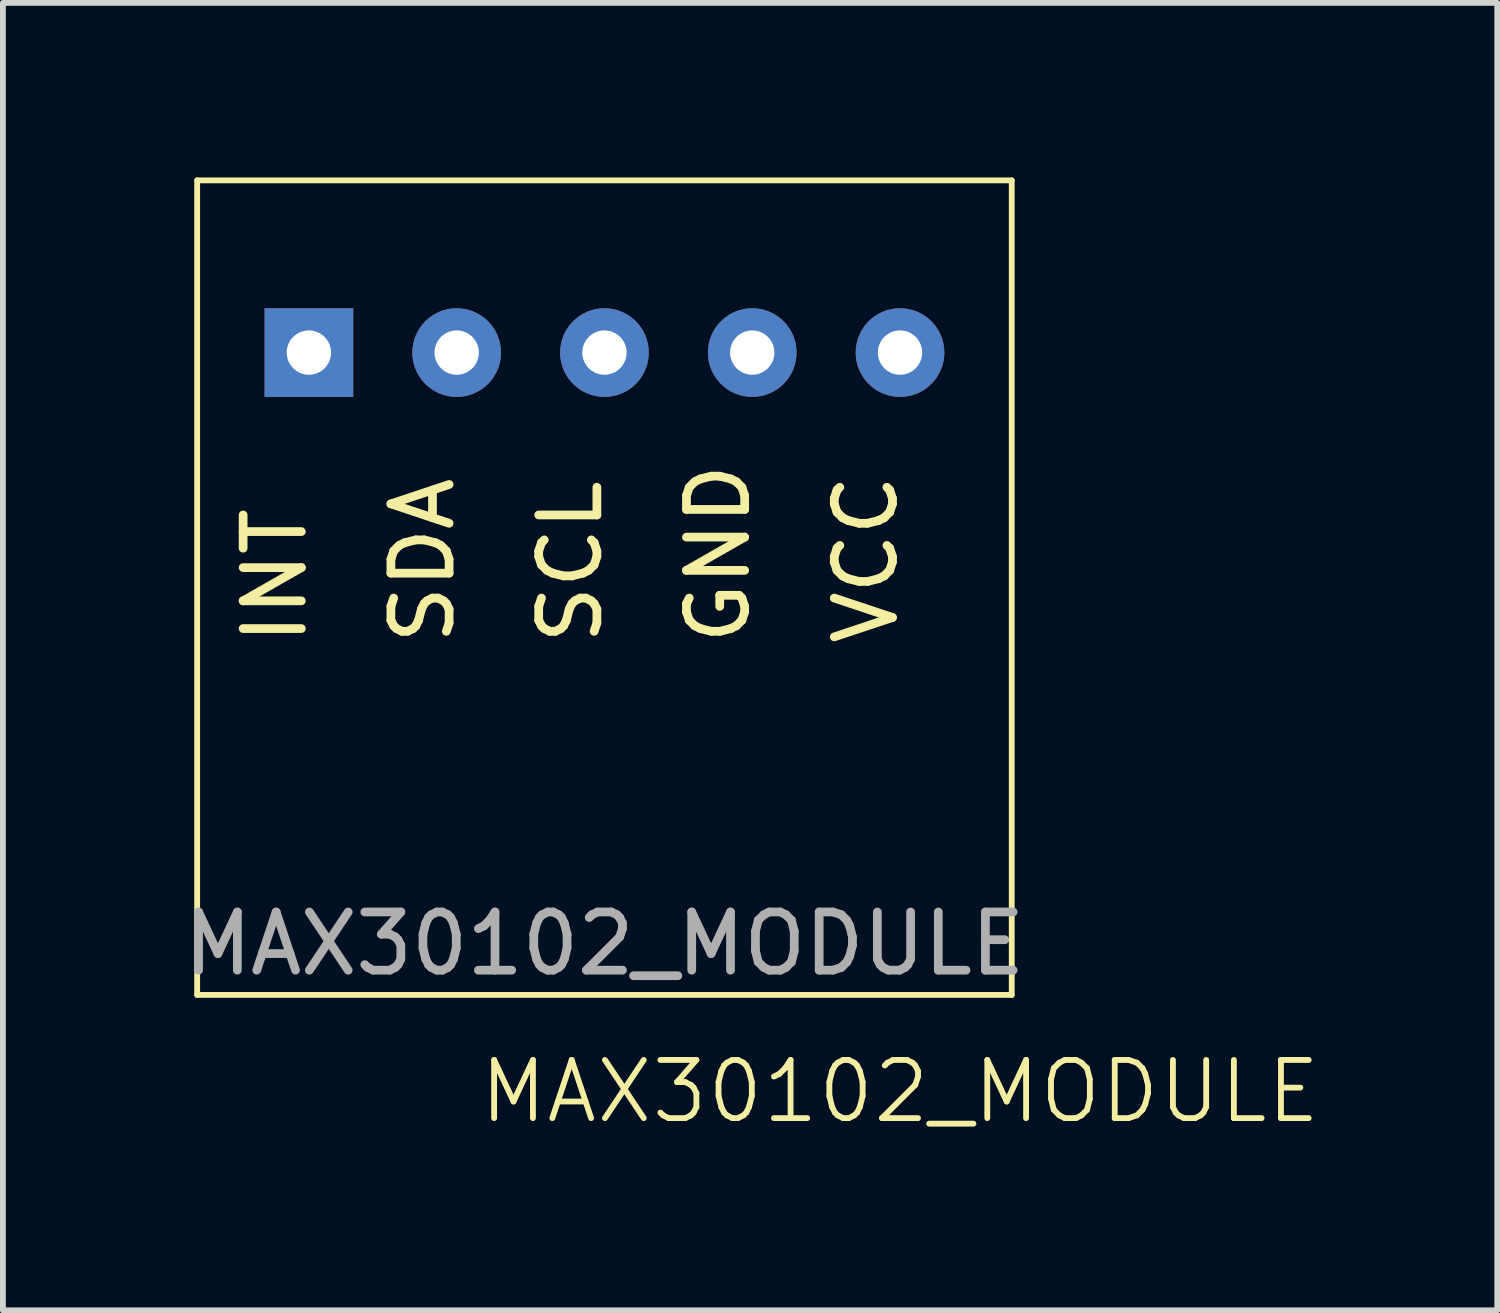
<source format=kicad_pcb>
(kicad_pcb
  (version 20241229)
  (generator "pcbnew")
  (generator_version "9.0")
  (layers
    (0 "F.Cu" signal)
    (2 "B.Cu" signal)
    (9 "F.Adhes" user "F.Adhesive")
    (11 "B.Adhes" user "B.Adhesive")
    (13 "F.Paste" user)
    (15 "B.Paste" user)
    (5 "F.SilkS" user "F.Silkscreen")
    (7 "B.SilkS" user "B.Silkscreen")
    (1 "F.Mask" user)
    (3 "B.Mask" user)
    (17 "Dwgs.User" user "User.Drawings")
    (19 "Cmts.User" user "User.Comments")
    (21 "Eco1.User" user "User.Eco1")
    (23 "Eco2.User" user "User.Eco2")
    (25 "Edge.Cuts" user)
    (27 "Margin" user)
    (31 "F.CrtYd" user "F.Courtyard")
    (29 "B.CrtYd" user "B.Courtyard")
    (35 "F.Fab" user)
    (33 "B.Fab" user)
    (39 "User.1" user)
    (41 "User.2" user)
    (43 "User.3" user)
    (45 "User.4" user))
  (footprint "MAX30102_MODULE"
    (layer "F.Cu")
    (at 7.339 5.55)
    (property "Reference" "MAX30102_MODULE" (at 5.08 10.16 0) (unlocked yes) (layer "F.SilkS") (effects (font (size 1 1) (thickness 0.1))))
    (attr through_hole)
    (fp_line (start -7 -5.5) (end 7 -5.5) (stroke (width 0.1) (type default)) (layer "F.SilkS"))
    (fp_line (start -7 8.5) (end -7 -5.5) (stroke (width 0.1) (type default)) (layer "F.SilkS"))
    (fp_line (start 7 -5.5) (end 7 8.5) (stroke (width 0.1) (type default)) (layer "F.SilkS"))
    (fp_line (start 7 8.5) (end -7 8.5) (stroke (width 0.1) (type default)) (layer "F.SilkS"))
    (fp_text user "VCC" (at 5.08 2.54 90) (unlocked yes) (layer "F.SilkS") (effects (font (size 1 1) (thickness 0.15) (bold yes)) (justify left bottom)))
    (fp_text user "SDA" (at -2.54 2.54 90) (unlocked yes) (layer "F.SilkS") (effects (font (size 1 1) (thickness 0.15) (bold yes)) (justify left bottom)))
    (fp_text user "GND" (at 2.54 2.54 90) (unlocked yes) (layer "F.SilkS") (effects (font (size 1 1) (thickness 0.15) (bold yes)) (justify left bottom)))
    (fp_text user "INT" (at -5.08 2.54 90) (unlocked yes) (layer "F.SilkS") (effects (font (size 1 1) (thickness 0.15) (bold yes)) (justify left bottom)))
    (fp_text user "SCL" (at 0 2.54 90) (unlocked yes) (layer "F.SilkS") (effects (font (size 1 1) (thickness 0.15) (bold yes)) (justify left bottom)))
    (fp_text user "${REFERENCE}" (at 0 7.62 0) (unlocked yes) (layer "F.Fab") (effects (font (size 1 1) (thickness 0.15))))
    (pad "1" thru_hole rect (at -5.08 -2.54) (size 1.524 1.524) (drill 0.762) (layers "*.Cu" "*.Mask"))
    (pad "2" thru_hole circle (at -2.54 -2.54) (size 1.524 1.524) (drill 0.762) (layers "*.Cu" "*.Mask"))
    (pad "3" thru_hole circle (at 0 -2.54) (size 1.524 1.524) (drill 0.762) (layers "*.Cu" "*.Mask"))
    (pad "4" thru_hole circle (at 2.54 -2.54) (size 1.524 1.524) (drill 0.762) (layers "*.Cu" "*.Mask"))
    (pad "5" thru_hole circle (at 5.08 -2.54) (size 1.524 1.524) (drill 0.762) (layers "*.Cu" "*.Mask"))
    (zone (net_name "") (layer "F.SilkS") (hatch edge 0.5) (connect_pads) (min_thickness 0.25) (filled_areas_thickness no) (keepout (tracks allowed) (vias allowed) (pads not_allowed) (copperpour allowed) (footprints not_allowed)) (placement (enabled no)) (fill) (polygon (pts (xy 0.339 0.05) (xy 14.339 0.05) (xy 14.339 14.05) (xy 0.339 14.05)))))
  (gr_rect
    (start -3 -3)
    (end 22.684 19.471)
    (stroke (width 0.1) (type default))
    (fill no)
    (layer "Edge.Cuts")))
</source>
